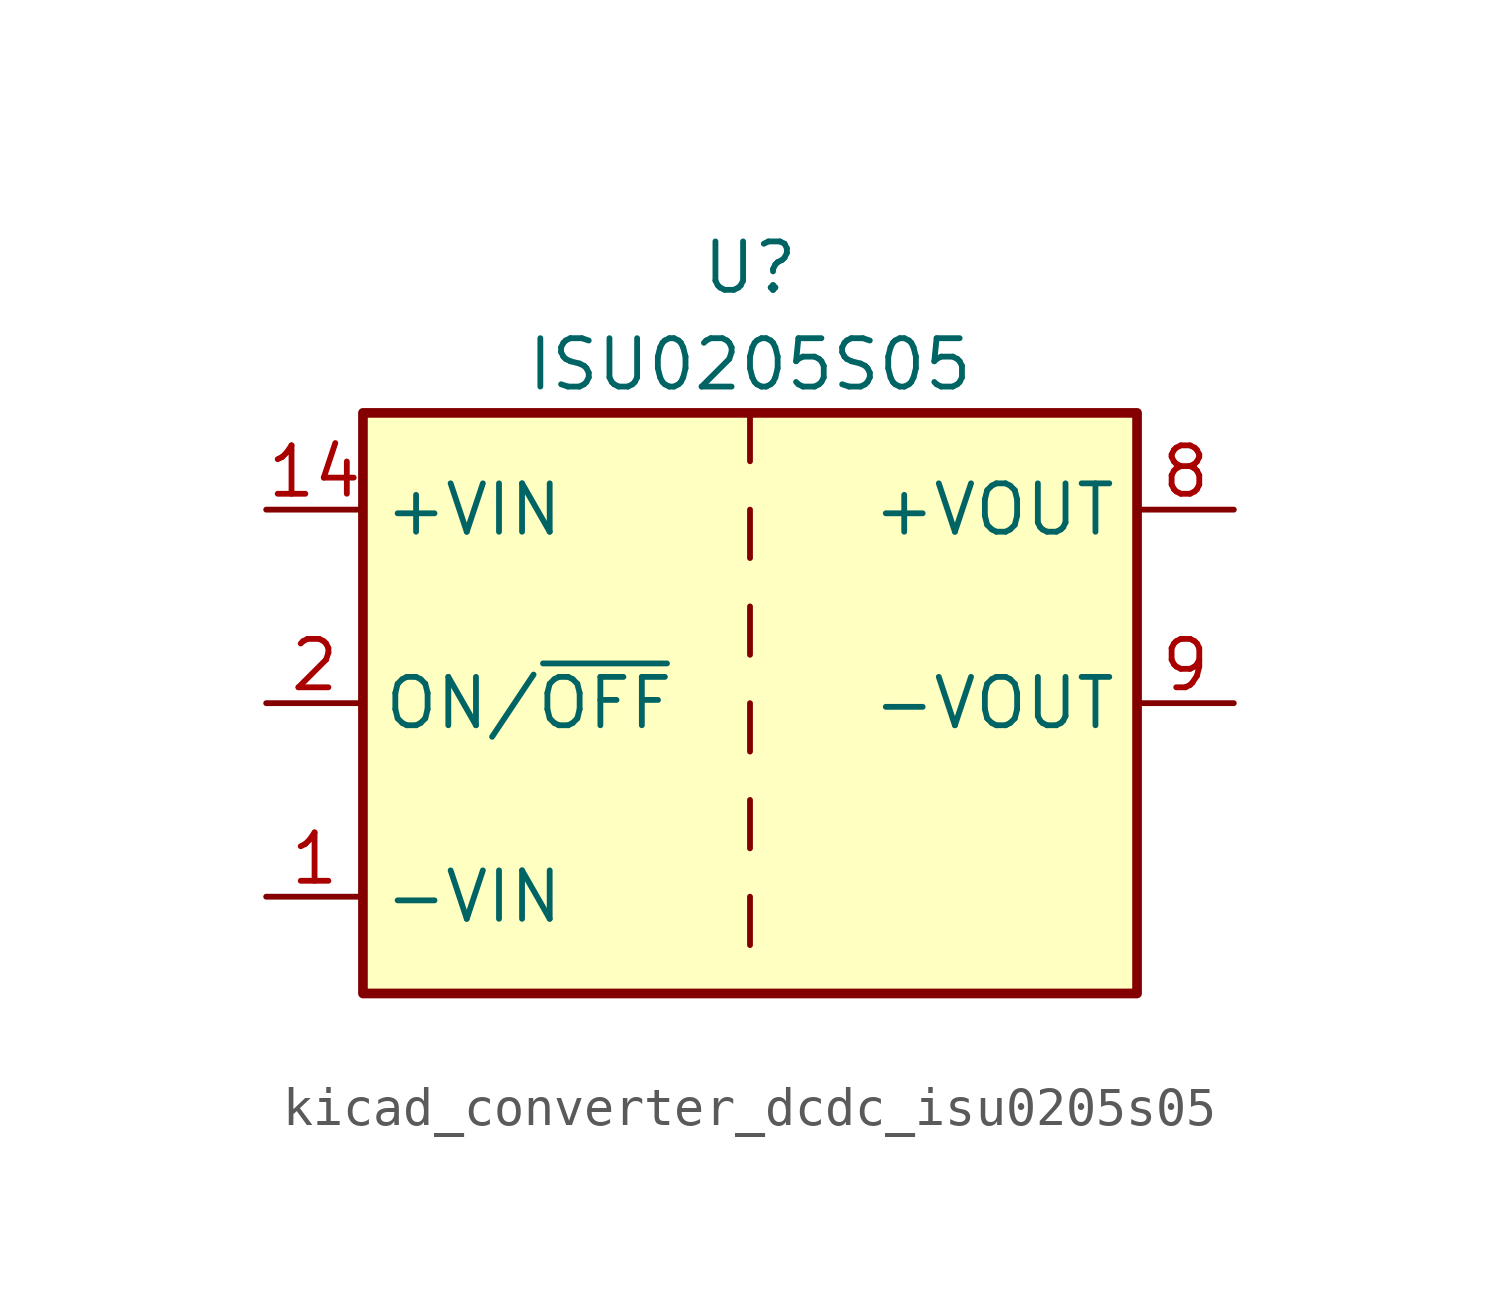
<source format=kicad_sym>
(kicad_symbol_lib
  (version 20220914)
  (generator kicad_symbol_editor)
  (symbol "kicad_converter_dcdc_isu0205s05"
    (property "Reference" "U"
      (at 0 11.43 0)
      (effects (font (size 1.27 1.27))))
    (property "Value" "ISU0205S05"
      (at 0 8.89 0)
      (effects (font (size 1.27 1.27))))
    (symbol "kicad_converter_dcdc_isu0205s05_0_1"
      (rectangle (start -10.16 7.62) (end 10.16 -7.62) (stroke (width 0.254) (type default)) (fill (type background)))
      (polyline (pts (xy 0 -5.08) (xy 0 -6.35)) (stroke (width 0) (type default)) (fill (type none)))
      (polyline (pts (xy 0 -2.54) (xy 0 -3.81)) (stroke (width 0) (type default)) (fill (type none)))
      (polyline (pts (xy 0 0) (xy 0 -1.27)) (stroke (width 0) (type default)) (fill (type none)))
      (polyline (pts (xy 0 2.54) (xy 0 1.27)) (stroke (width 0) (type default)) (fill (type none)))
      (polyline (pts (xy 0 5.08) (xy 0 3.81)) (stroke (width 0) (type default)) (fill (type none)))
      (polyline (pts (xy 0 7.62) (xy 0 6.35)) (stroke (width 0) (type default)) (fill (type none))))
    (symbol "kicad_converter_dcdc_isu0205s05_1_1"
      (pin power_in line (at -12.7 -5.08 0) (length 2.54) (name "-VIN" (effects (font (size 1.27 1.27)))) (number "1" (effects (font (size 1.27 1.27)))))
      (pin power_in line (at -12.7 5.08 0) (length 2.54) (name "+VIN" (effects (font (size 1.27 1.27)))) (number "14" (effects (font (size 1.27 1.27)))))
      (pin input line (at -12.7 0 0) (length 2.54) (name "ON/~{OFF}" (effects (font (size 1.27 1.27)))) (number "2" (effects (font (size 1.27 1.27)))))
      (pin no_connect line (at 10.16 -2.54 180) (length 2.54) hide (name "NC" (effects (font (size 1.27 1.27)))) (number "6" (effects (font (size 1.27 1.27)))))
      (pin no_connect line (at 10.16 -5.08 180) (length 2.54) hide (name "NC" (effects (font (size 1.27 1.27)))) (number "7" (effects (font (size 1.27 1.27)))))
      (pin power_out line (at 12.7 5.08 180) (length 2.54) (name "+VOUT" (effects (font (size 1.27 1.27)))) (number "8" (effects (font (size 1.27 1.27)))))
      (pin power_out line (at 12.7 0 180) (length 2.54) (name "-VOUT" (effects (font (size 1.27 1.27)))) (number "9" (effects (font (size 1.27 1.27))))))))
</source>
